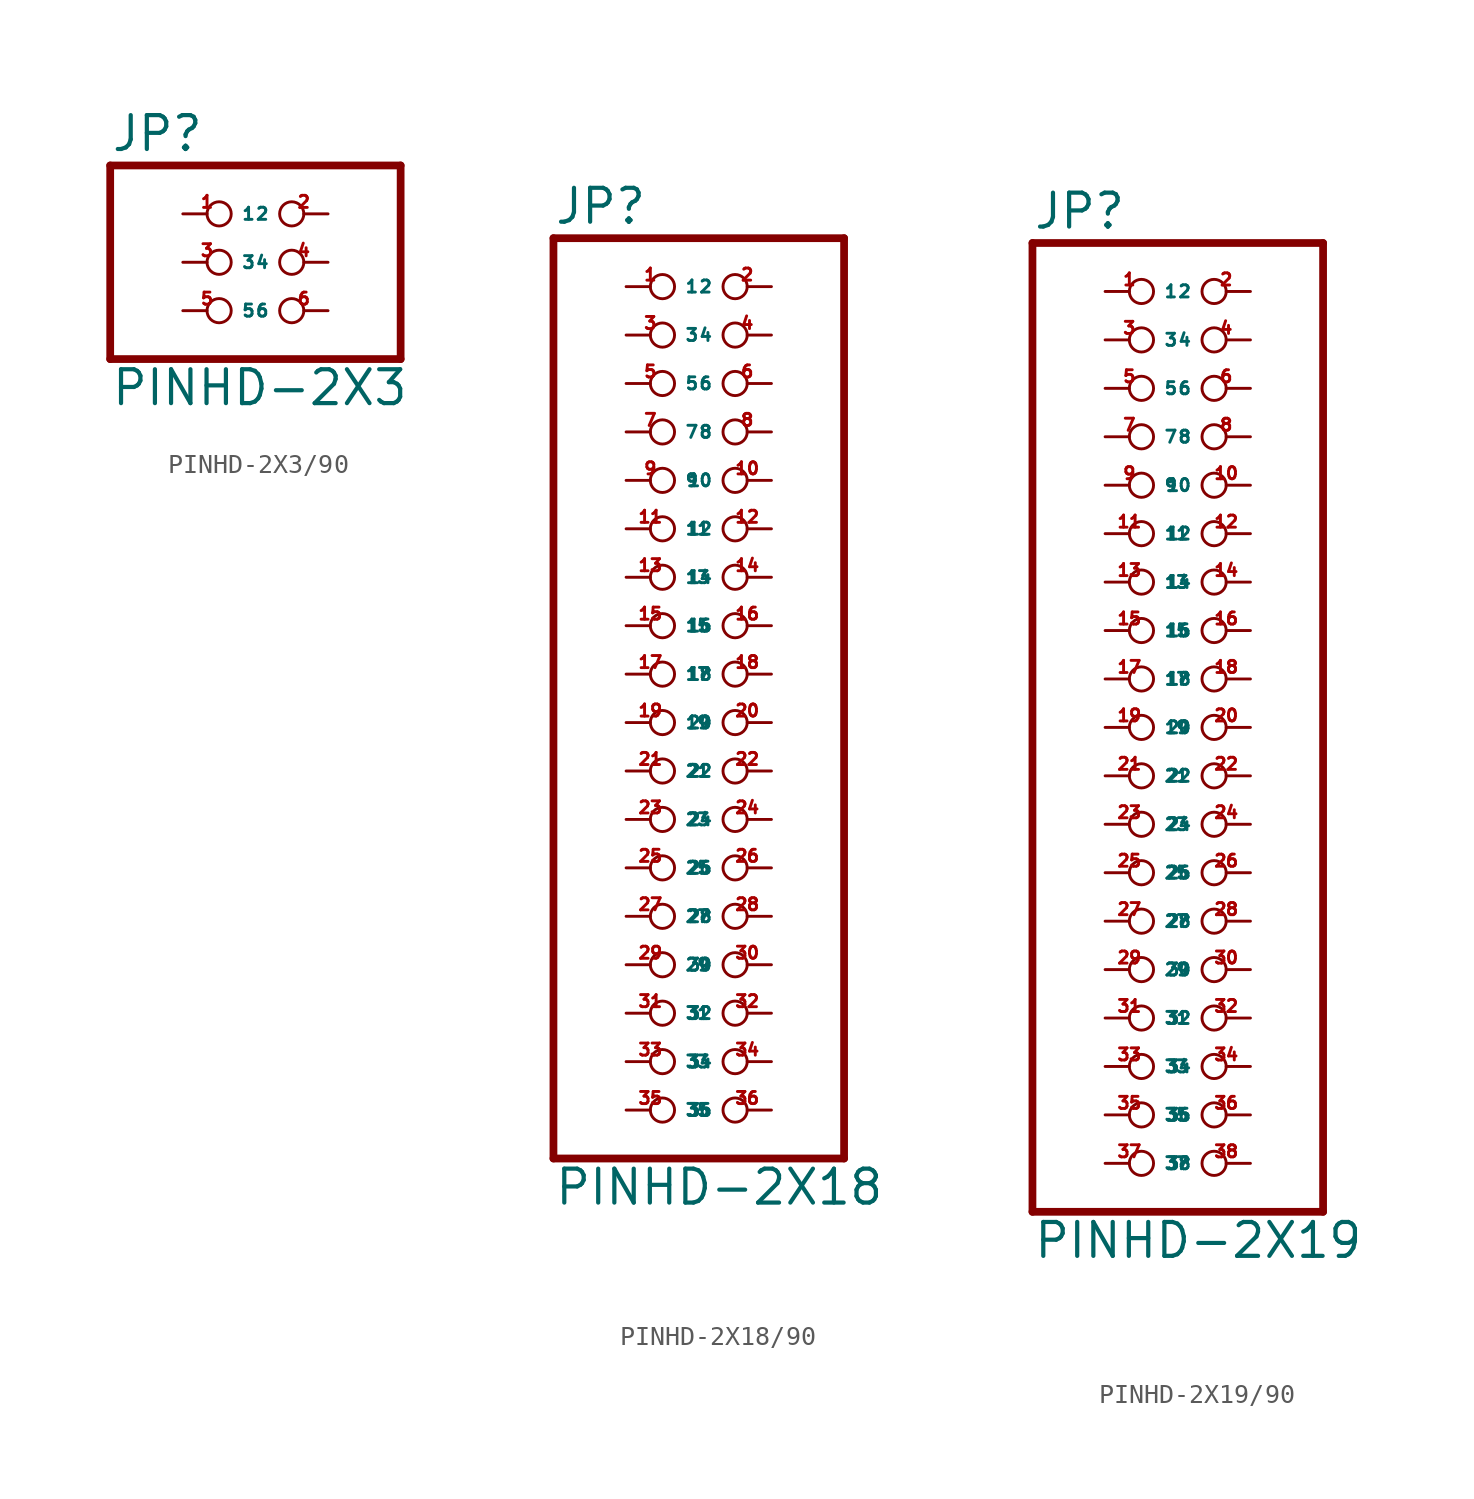
<source format=kicad_sym>
(kicad_symbol_lib
  (version 20220914)
  (generator Eagle2Kicad)
  (symbol "PINHD-2X3/90"
    (property "Reference" "JP"
      (at -6.35 5.715 0)
      (effects (font (size 1.778 1.778) (thickness 0.22)) (justify left bottom)))
    (property "Value" "PINHD-2X3"
      (at -6.35 -7.62 0)
      (effects (font (size 1.778 1.778) (thickness 0.22)) (justify left bottom)))
    (polyline
      (pts (xy -6.35 -5.08) (xy 8.89 -5.08))
      (stroke (width 0.406) (type default))
      (fill (type none)))
    (polyline
      (pts (xy 8.89 -5.08) (xy 8.89 5.08))
      (stroke (width 0.406) (type default))
      (fill (type none)))
    (polyline
      (pts (xy 8.89 5.08) (xy -6.35 5.08))
      (stroke (width 0.406) (type default))
      (fill (type none)))
    (polyline
      (pts (xy -6.35 5.08) (xy -6.35 -5.08))
      (stroke (width 0.406) (type default))
      (fill (type none)))
    (pin passive inverted
      (at -2.54 2.54 0)
      (length 2.54)
      (name "1" (effects (font (size 0.635 0.635) (thickness 0.08)) (justify left bottom)))
      (number "1" (effects (font (size 0.635 0.635) (thickness 0.08)) (justify left bottom))))
    (pin passive inverted
      (at 5.08 2.54 180)
      (length 2.54)
      (name "2" (effects (font (size 0.635 0.635) (thickness 0.08)) (justify left bottom)))
      (number "2" (effects (font (size 0.635 0.635) (thickness 0.08)) (justify left bottom))))
    (pin passive inverted
      (at -2.54 0 0)
      (length 2.54)
      (name "3" (effects (font (size 0.635 0.635) (thickness 0.08)) (justify left bottom)))
      (number "3" (effects (font (size 0.635 0.635) (thickness 0.08)) (justify left bottom))))
    (pin passive inverted
      (at 5.08 0 180)
      (length 2.54)
      (name "4" (effects (font (size 0.635 0.635) (thickness 0.08)) (justify left bottom)))
      (number "4" (effects (font (size 0.635 0.635) (thickness 0.08)) (justify left bottom))))
    (pin passive inverted
      (at -2.54 -2.54 0)
      (length 2.54)
      (name "5" (effects (font (size 0.635 0.635) (thickness 0.08)) (justify left bottom)))
      (number "5" (effects (font (size 0.635 0.635) (thickness 0.08)) (justify left bottom))))
    (pin passive inverted
      (at 5.08 -2.54 180)
      (length 2.54)
      (name "6" (effects (font (size 0.635 0.635) (thickness 0.08)) (justify left bottom)))
      (number "6" (effects (font (size 0.635 0.635) (thickness 0.08)) (justify left bottom)))))
  (symbol "PINHD-2X18/90"
    (property "Reference" "JP"
      (at -6.35 23.495 0)
      (effects (font (size 1.778 1.778) (thickness 0.22)) (justify left bottom)))
    (property "Value" "PINHD-2X18"
      (at -6.35 -27.94 0)
      (effects (font (size 1.778 1.778) (thickness 0.22)) (justify left bottom)))
    (polyline
      (pts (xy -6.35 -25.4) (xy 8.89 -25.4))
      (stroke (width 0.406) (type default))
      (fill (type none)))
    (polyline
      (pts (xy 8.89 -25.4) (xy 8.89 22.86))
      (stroke (width 0.406) (type default))
      (fill (type none)))
    (polyline
      (pts (xy 8.89 22.86) (xy -6.35 22.86))
      (stroke (width 0.406) (type default))
      (fill (type none)))
    (polyline
      (pts (xy -6.35 22.86) (xy -6.35 -25.4))
      (stroke (width 0.406) (type default))
      (fill (type none)))
    (pin passive inverted
      (at -2.54 20.32 0)
      (length 2.54)
      (name "1" (effects (font (size 0.635 0.635) (thickness 0.08)) (justify left bottom)))
      (number "1" (effects (font (size 0.635 0.635) (thickness 0.08)) (justify left bottom))))
    (pin passive inverted
      (at 5.08 20.32 180)
      (length 2.54)
      (name "2" (effects (font (size 0.635 0.635) (thickness 0.08)) (justify left bottom)))
      (number "2" (effects (font (size 0.635 0.635) (thickness 0.08)) (justify left bottom))))
    (pin passive inverted
      (at -2.54 17.78 0)
      (length 2.54)
      (name "3" (effects (font (size 0.635 0.635) (thickness 0.08)) (justify left bottom)))
      (number "3" (effects (font (size 0.635 0.635) (thickness 0.08)) (justify left bottom))))
    (pin passive inverted
      (at 5.08 17.78 180)
      (length 2.54)
      (name "4" (effects (font (size 0.635 0.635) (thickness 0.08)) (justify left bottom)))
      (number "4" (effects (font (size 0.635 0.635) (thickness 0.08)) (justify left bottom))))
    (pin passive inverted
      (at -2.54 15.24 0)
      (length 2.54)
      (name "5" (effects (font (size 0.635 0.635) (thickness 0.08)) (justify left bottom)))
      (number "5" (effects (font (size 0.635 0.635) (thickness 0.08)) (justify left bottom))))
    (pin passive inverted
      (at 5.08 15.24 180)
      (length 2.54)
      (name "6" (effects (font (size 0.635 0.635) (thickness 0.08)) (justify left bottom)))
      (number "6" (effects (font (size 0.635 0.635) (thickness 0.08)) (justify left bottom))))
    (pin passive inverted
      (at -2.54 12.7 0)
      (length 2.54)
      (name "7" (effects (font (size 0.635 0.635) (thickness 0.08)) (justify left bottom)))
      (number "7" (effects (font (size 0.635 0.635) (thickness 0.08)) (justify left bottom))))
    (pin passive inverted
      (at 5.08 12.7 180)
      (length 2.54)
      (name "8" (effects (font (size 0.635 0.635) (thickness 0.08)) (justify left bottom)))
      (number "8" (effects (font (size 0.635 0.635) (thickness 0.08)) (justify left bottom))))
    (pin passive inverted
      (at -2.54 10.16 0)
      (length 2.54)
      (name "9" (effects (font (size 0.635 0.635) (thickness 0.08)) (justify left bottom)))
      (number "9" (effects (font (size 0.635 0.635) (thickness 0.08)) (justify left bottom))))
    (pin passive inverted
      (at 5.08 10.16 180)
      (length 2.54)
      (name "10" (effects (font (size 0.635 0.635) (thickness 0.08)) (justify left bottom)))
      (number "10" (effects (font (size 0.635 0.635) (thickness 0.08)) (justify left bottom))))
    (pin passive inverted
      (at -2.54 7.62 0)
      (length 2.54)
      (name "11" (effects (font (size 0.635 0.635) (thickness 0.08)) (justify left bottom)))
      (number "11" (effects (font (size 0.635 0.635) (thickness 0.08)) (justify left bottom))))
    (pin passive inverted
      (at 5.08 7.62 180)
      (length 2.54)
      (name "12" (effects (font (size 0.635 0.635) (thickness 0.08)) (justify left bottom)))
      (number "12" (effects (font (size 0.635 0.635) (thickness 0.08)) (justify left bottom))))
    (pin passive inverted
      (at -2.54 5.08 0)
      (length 2.54)
      (name "13" (effects (font (size 0.635 0.635) (thickness 0.08)) (justify left bottom)))
      (number "13" (effects (font (size 0.635 0.635) (thickness 0.08)) (justify left bottom))))
    (pin passive inverted
      (at 5.08 5.08 180)
      (length 2.54)
      (name "14" (effects (font (size 0.635 0.635) (thickness 0.08)) (justify left bottom)))
      (number "14" (effects (font (size 0.635 0.635) (thickness 0.08)) (justify left bottom))))
    (pin passive inverted
      (at -2.54 2.54 0)
      (length 2.54)
      (name "15" (effects (font (size 0.635 0.635) (thickness 0.08)) (justify left bottom)))
      (number "15" (effects (font (size 0.635 0.635) (thickness 0.08)) (justify left bottom))))
    (pin passive inverted
      (at 5.08 2.54 180)
      (length 2.54)
      (name "16" (effects (font (size 0.635 0.635) (thickness 0.08)) (justify left bottom)))
      (number "16" (effects (font (size 0.635 0.635) (thickness 0.08)) (justify left bottom))))
    (pin passive inverted
      (at -2.54 0 0)
      (length 2.54)
      (name "17" (effects (font (size 0.635 0.635) (thickness 0.08)) (justify left bottom)))
      (number "17" (effects (font (size 0.635 0.635) (thickness 0.08)) (justify left bottom))))
    (pin passive inverted
      (at 5.08 0 180)
      (length 2.54)
      (name "18" (effects (font (size 0.635 0.635) (thickness 0.08)) (justify left bottom)))
      (number "18" (effects (font (size 0.635 0.635) (thickness 0.08)) (justify left bottom))))
    (pin passive inverted
      (at -2.54 -2.54 0)
      (length 2.54)
      (name "19" (effects (font (size 0.635 0.635) (thickness 0.08)) (justify left bottom)))
      (number "19" (effects (font (size 0.635 0.635) (thickness 0.08)) (justify left bottom))))
    (pin passive inverted
      (at 5.08 -2.54 180)
      (length 2.54)
      (name "20" (effects (font (size 0.635 0.635) (thickness 0.08)) (justify left bottom)))
      (number "20" (effects (font (size 0.635 0.635) (thickness 0.08)) (justify left bottom))))
    (pin passive inverted
      (at -2.54 -5.08 0)
      (length 2.54)
      (name "21" (effects (font (size 0.635 0.635) (thickness 0.08)) (justify left bottom)))
      (number "21" (effects (font (size 0.635 0.635) (thickness 0.08)) (justify left bottom))))
    (pin passive inverted
      (at 5.08 -5.08 180)
      (length 2.54)
      (name "22" (effects (font (size 0.635 0.635) (thickness 0.08)) (justify left bottom)))
      (number "22" (effects (font (size 0.635 0.635) (thickness 0.08)) (justify left bottom))))
    (pin passive inverted
      (at -2.54 -7.62 0)
      (length 2.54)
      (name "23" (effects (font (size 0.635 0.635) (thickness 0.08)) (justify left bottom)))
      (number "23" (effects (font (size 0.635 0.635) (thickness 0.08)) (justify left bottom))))
    (pin passive inverted
      (at 5.08 -7.62 180)
      (length 2.54)
      (name "24" (effects (font (size 0.635 0.635) (thickness 0.08)) (justify left bottom)))
      (number "24" (effects (font (size 0.635 0.635) (thickness 0.08)) (justify left bottom))))
    (pin passive inverted
      (at -2.54 -10.16 0)
      (length 2.54)
      (name "25" (effects (font (size 0.635 0.635) (thickness 0.08)) (justify left bottom)))
      (number "25" (effects (font (size 0.635 0.635) (thickness 0.08)) (justify left bottom))))
    (pin passive inverted
      (at 5.08 -10.16 180)
      (length 2.54)
      (name "26" (effects (font (size 0.635 0.635) (thickness 0.08)) (justify left bottom)))
      (number "26" (effects (font (size 0.635 0.635) (thickness 0.08)) (justify left bottom))))
    (pin passive inverted
      (at -2.54 -12.7 0)
      (length 2.54)
      (name "27" (effects (font (size 0.635 0.635) (thickness 0.08)) (justify left bottom)))
      (number "27" (effects (font (size 0.635 0.635) (thickness 0.08)) (justify left bottom))))
    (pin passive inverted
      (at 5.08 -12.7 180)
      (length 2.54)
      (name "28" (effects (font (size 0.635 0.635) (thickness 0.08)) (justify left bottom)))
      (number "28" (effects (font (size 0.635 0.635) (thickness 0.08)) (justify left bottom))))
    (pin passive inverted
      (at -2.54 -15.24 0)
      (length 2.54)
      (name "29" (effects (font (size 0.635 0.635) (thickness 0.08)) (justify left bottom)))
      (number "29" (effects (font (size 0.635 0.635) (thickness 0.08)) (justify left bottom))))
    (pin passive inverted
      (at 5.08 -15.24 180)
      (length 2.54)
      (name "30" (effects (font (size 0.635 0.635) (thickness 0.08)) (justify left bottom)))
      (number "30" (effects (font (size 0.635 0.635) (thickness 0.08)) (justify left bottom))))
    (pin passive inverted
      (at -2.54 -17.78 0)
      (length 2.54)
      (name "31" (effects (font (size 0.635 0.635) (thickness 0.08)) (justify left bottom)))
      (number "31" (effects (font (size 0.635 0.635) (thickness 0.08)) (justify left bottom))))
    (pin passive inverted
      (at 5.08 -17.78 180)
      (length 2.54)
      (name "32" (effects (font (size 0.635 0.635) (thickness 0.08)) (justify left bottom)))
      (number "32" (effects (font (size 0.635 0.635) (thickness 0.08)) (justify left bottom))))
    (pin passive inverted
      (at -2.54 -20.32 0)
      (length 2.54)
      (name "33" (effects (font (size 0.635 0.635) (thickness 0.08)) (justify left bottom)))
      (number "33" (effects (font (size 0.635 0.635) (thickness 0.08)) (justify left bottom))))
    (pin passive inverted
      (at 5.08 -20.32 180)
      (length 2.54)
      (name "34" (effects (font (size 0.635 0.635) (thickness 0.08)) (justify left bottom)))
      (number "34" (effects (font (size 0.635 0.635) (thickness 0.08)) (justify left bottom))))
    (pin passive inverted
      (at -2.54 -22.86 0)
      (length 2.54)
      (name "35" (effects (font (size 0.635 0.635) (thickness 0.08)) (justify left bottom)))
      (number "35" (effects (font (size 0.635 0.635) (thickness 0.08)) (justify left bottom))))
    (pin passive inverted
      (at 5.08 -22.86 180)
      (length 2.54)
      (name "36" (effects (font (size 0.635 0.635) (thickness 0.08)) (justify left bottom)))
      (number "36" (effects (font (size 0.635 0.635) (thickness 0.08)) (justify left bottom)))))
  (symbol "PINHD-2X19/90"
    (property "Reference" "JP"
      (at -6.35 23.495 0)
      (effects (font (size 1.778 1.778) (thickness 0.22)) (justify left bottom)))
    (property "Value" "PINHD-2X19"
      (at -6.35 -30.48 0)
      (effects (font (size 1.778 1.778) (thickness 0.22)) (justify left bottom)))
    (polyline
      (pts (xy -6.35 -27.94) (xy 8.89 -27.94))
      (stroke (width 0.406) (type default))
      (fill (type none)))
    (polyline
      (pts (xy 8.89 -27.94) (xy 8.89 22.86))
      (stroke (width 0.406) (type default))
      (fill (type none)))
    (polyline
      (pts (xy 8.89 22.86) (xy -6.35 22.86))
      (stroke (width 0.406) (type default))
      (fill (type none)))
    (polyline
      (pts (xy -6.35 22.86) (xy -6.35 -27.94))
      (stroke (width 0.406) (type default))
      (fill (type none)))
    (pin passive inverted
      (at -2.54 20.32 0)
      (length 2.54)
      (name "1" (effects (font (size 0.635 0.635) (thickness 0.08)) (justify left bottom)))
      (number "1" (effects (font (size 0.635 0.635) (thickness 0.08)) (justify left bottom))))
    (pin passive inverted
      (at 5.08 20.32 180)
      (length 2.54)
      (name "2" (effects (font (size 0.635 0.635) (thickness 0.08)) (justify left bottom)))
      (number "2" (effects (font (size 0.635 0.635) (thickness 0.08)) (justify left bottom))))
    (pin passive inverted
      (at -2.54 17.78 0)
      (length 2.54)
      (name "3" (effects (font (size 0.635 0.635) (thickness 0.08)) (justify left bottom)))
      (number "3" (effects (font (size 0.635 0.635) (thickness 0.08)) (justify left bottom))))
    (pin passive inverted
      (at 5.08 17.78 180)
      (length 2.54)
      (name "4" (effects (font (size 0.635 0.635) (thickness 0.08)) (justify left bottom)))
      (number "4" (effects (font (size 0.635 0.635) (thickness 0.08)) (justify left bottom))))
    (pin passive inverted
      (at -2.54 15.24 0)
      (length 2.54)
      (name "5" (effects (font (size 0.635 0.635) (thickness 0.08)) (justify left bottom)))
      (number "5" (effects (font (size 0.635 0.635) (thickness 0.08)) (justify left bottom))))
    (pin passive inverted
      (at 5.08 15.24 180)
      (length 2.54)
      (name "6" (effects (font (size 0.635 0.635) (thickness 0.08)) (justify left bottom)))
      (number "6" (effects (font (size 0.635 0.635) (thickness 0.08)) (justify left bottom))))
    (pin passive inverted
      (at -2.54 12.7 0)
      (length 2.54)
      (name "7" (effects (font (size 0.635 0.635) (thickness 0.08)) (justify left bottom)))
      (number "7" (effects (font (size 0.635 0.635) (thickness 0.08)) (justify left bottom))))
    (pin passive inverted
      (at 5.08 12.7 180)
      (length 2.54)
      (name "8" (effects (font (size 0.635 0.635) (thickness 0.08)) (justify left bottom)))
      (number "8" (effects (font (size 0.635 0.635) (thickness 0.08)) (justify left bottom))))
    (pin passive inverted
      (at -2.54 10.16 0)
      (length 2.54)
      (name "9" (effects (font (size 0.635 0.635) (thickness 0.08)) (justify left bottom)))
      (number "9" (effects (font (size 0.635 0.635) (thickness 0.08)) (justify left bottom))))
    (pin passive inverted
      (at 5.08 10.16 180)
      (length 2.54)
      (name "10" (effects (font (size 0.635 0.635) (thickness 0.08)) (justify left bottom)))
      (number "10" (effects (font (size 0.635 0.635) (thickness 0.08)) (justify left bottom))))
    (pin passive inverted
      (at -2.54 7.62 0)
      (length 2.54)
      (name "11" (effects (font (size 0.635 0.635) (thickness 0.08)) (justify left bottom)))
      (number "11" (effects (font (size 0.635 0.635) (thickness 0.08)) (justify left bottom))))
    (pin passive inverted
      (at 5.08 7.62 180)
      (length 2.54)
      (name "12" (effects (font (size 0.635 0.635) (thickness 0.08)) (justify left bottom)))
      (number "12" (effects (font (size 0.635 0.635) (thickness 0.08)) (justify left bottom))))
    (pin passive inverted
      (at -2.54 5.08 0)
      (length 2.54)
      (name "13" (effects (font (size 0.635 0.635) (thickness 0.08)) (justify left bottom)))
      (number "13" (effects (font (size 0.635 0.635) (thickness 0.08)) (justify left bottom))))
    (pin passive inverted
      (at 5.08 5.08 180)
      (length 2.54)
      (name "14" (effects (font (size 0.635 0.635) (thickness 0.08)) (justify left bottom)))
      (number "14" (effects (font (size 0.635 0.635) (thickness 0.08)) (justify left bottom))))
    (pin passive inverted
      (at -2.54 2.54 0)
      (length 2.54)
      (name "15" (effects (font (size 0.635 0.635) (thickness 0.08)) (justify left bottom)))
      (number "15" (effects (font (size 0.635 0.635) (thickness 0.08)) (justify left bottom))))
    (pin passive inverted
      (at 5.08 2.54 180)
      (length 2.54)
      (name "16" (effects (font (size 0.635 0.635) (thickness 0.08)) (justify left bottom)))
      (number "16" (effects (font (size 0.635 0.635) (thickness 0.08)) (justify left bottom))))
    (pin passive inverted
      (at -2.54 0 0)
      (length 2.54)
      (name "17" (effects (font (size 0.635 0.635) (thickness 0.08)) (justify left bottom)))
      (number "17" (effects (font (size 0.635 0.635) (thickness 0.08)) (justify left bottom))))
    (pin passive inverted
      (at 5.08 0 180)
      (length 2.54)
      (name "18" (effects (font (size 0.635 0.635) (thickness 0.08)) (justify left bottom)))
      (number "18" (effects (font (size 0.635 0.635) (thickness 0.08)) (justify left bottom))))
    (pin passive inverted
      (at -2.54 -2.54 0)
      (length 2.54)
      (name "19" (effects (font (size 0.635 0.635) (thickness 0.08)) (justify left bottom)))
      (number "19" (effects (font (size 0.635 0.635) (thickness 0.08)) (justify left bottom))))
    (pin passive inverted
      (at 5.08 -2.54 180)
      (length 2.54)
      (name "20" (effects (font (size 0.635 0.635) (thickness 0.08)) (justify left bottom)))
      (number "20" (effects (font (size 0.635 0.635) (thickness 0.08)) (justify left bottom))))
    (pin passive inverted
      (at -2.54 -5.08 0)
      (length 2.54)
      (name "21" (effects (font (size 0.635 0.635) (thickness 0.08)) (justify left bottom)))
      (number "21" (effects (font (size 0.635 0.635) (thickness 0.08)) (justify left bottom))))
    (pin passive inverted
      (at 5.08 -5.08 180)
      (length 2.54)
      (name "22" (effects (font (size 0.635 0.635) (thickness 0.08)) (justify left bottom)))
      (number "22" (effects (font (size 0.635 0.635) (thickness 0.08)) (justify left bottom))))
    (pin passive inverted
      (at -2.54 -7.62 0)
      (length 2.54)
      (name "23" (effects (font (size 0.635 0.635) (thickness 0.08)) (justify left bottom)))
      (number "23" (effects (font (size 0.635 0.635) (thickness 0.08)) (justify left bottom))))
    (pin passive inverted
      (at 5.08 -7.62 180)
      (length 2.54)
      (name "24" (effects (font (size 0.635 0.635) (thickness 0.08)) (justify left bottom)))
      (number "24" (effects (font (size 0.635 0.635) (thickness 0.08)) (justify left bottom))))
    (pin passive inverted
      (at -2.54 -10.16 0)
      (length 2.54)
      (name "25" (effects (font (size 0.635 0.635) (thickness 0.08)) (justify left bottom)))
      (number "25" (effects (font (size 0.635 0.635) (thickness 0.08)) (justify left bottom))))
    (pin passive inverted
      (at 5.08 -10.16 180)
      (length 2.54)
      (name "26" (effects (font (size 0.635 0.635) (thickness 0.08)) (justify left bottom)))
      (number "26" (effects (font (size 0.635 0.635) (thickness 0.08)) (justify left bottom))))
    (pin passive inverted
      (at -2.54 -12.7 0)
      (length 2.54)
      (name "27" (effects (font (size 0.635 0.635) (thickness 0.08)) (justify left bottom)))
      (number "27" (effects (font (size 0.635 0.635) (thickness 0.08)) (justify left bottom))))
    (pin passive inverted
      (at 5.08 -12.7 180)
      (length 2.54)
      (name "28" (effects (font (size 0.635 0.635) (thickness 0.08)) (justify left bottom)))
      (number "28" (effects (font (size 0.635 0.635) (thickness 0.08)) (justify left bottom))))
    (pin passive inverted
      (at -2.54 -15.24 0)
      (length 2.54)
      (name "29" (effects (font (size 0.635 0.635) (thickness 0.08)) (justify left bottom)))
      (number "29" (effects (font (size 0.635 0.635) (thickness 0.08)) (justify left bottom))))
    (pin passive inverted
      (at 5.08 -15.24 180)
      (length 2.54)
      (name "30" (effects (font (size 0.635 0.635) (thickness 0.08)) (justify left bottom)))
      (number "30" (effects (font (size 0.635 0.635) (thickness 0.08)) (justify left bottom))))
    (pin passive inverted
      (at -2.54 -17.78 0)
      (length 2.54)
      (name "31" (effects (font (size 0.635 0.635) (thickness 0.08)) (justify left bottom)))
      (number "31" (effects (font (size 0.635 0.635) (thickness 0.08)) (justify left bottom))))
    (pin passive inverted
      (at 5.08 -17.78 180)
      (length 2.54)
      (name "32" (effects (font (size 0.635 0.635) (thickness 0.08)) (justify left bottom)))
      (number "32" (effects (font (size 0.635 0.635) (thickness 0.08)) (justify left bottom))))
    (pin passive inverted
      (at -2.54 -20.32 0)
      (length 2.54)
      (name "33" (effects (font (size 0.635 0.635) (thickness 0.08)) (justify left bottom)))
      (number "33" (effects (font (size 0.635 0.635) (thickness 0.08)) (justify left bottom))))
    (pin passive inverted
      (at -2.54 -22.86 0)
      (length 2.54)
      (name "35" (effects (font (size 0.635 0.635) (thickness 0.08)) (justify left bottom)))
      (number "35" (effects (font (size 0.635 0.635) (thickness 0.08)) (justify left bottom))))
    (pin passive inverted
      (at -2.54 -25.4 0)
      (length 2.54)
      (name "37" (effects (font (size 0.635 0.635) (thickness 0.08)) (justify left bottom)))
      (number "37" (effects (font (size 0.635 0.635) (thickness 0.08)) (justify left bottom))))
    (pin passive inverted
      (at 5.08 -20.32 180)
      (length 2.54)
      (name "34" (effects (font (size 0.635 0.635) (thickness 0.08)) (justify left bottom)))
      (number "34" (effects (font (size 0.635 0.635) (thickness 0.08)) (justify left bottom))))
    (pin passive inverted
      (at 5.08 -22.86 180)
      (length 2.54)
      (name "36" (effects (font (size 0.635 0.635) (thickness 0.08)) (justify left bottom)))
      (number "36" (effects (font (size 0.635 0.635) (thickness 0.08)) (justify left bottom))))
    (pin passive inverted
      (at 5.08 -25.4 180)
      (length 2.54)
      (name "38" (effects (font (size 0.635 0.635) (thickness 0.08)) (justify left bottom)))
      (number "38" (effects (font (size 0.635 0.635) (thickness 0.08)) (justify left bottom))))))
</source>
